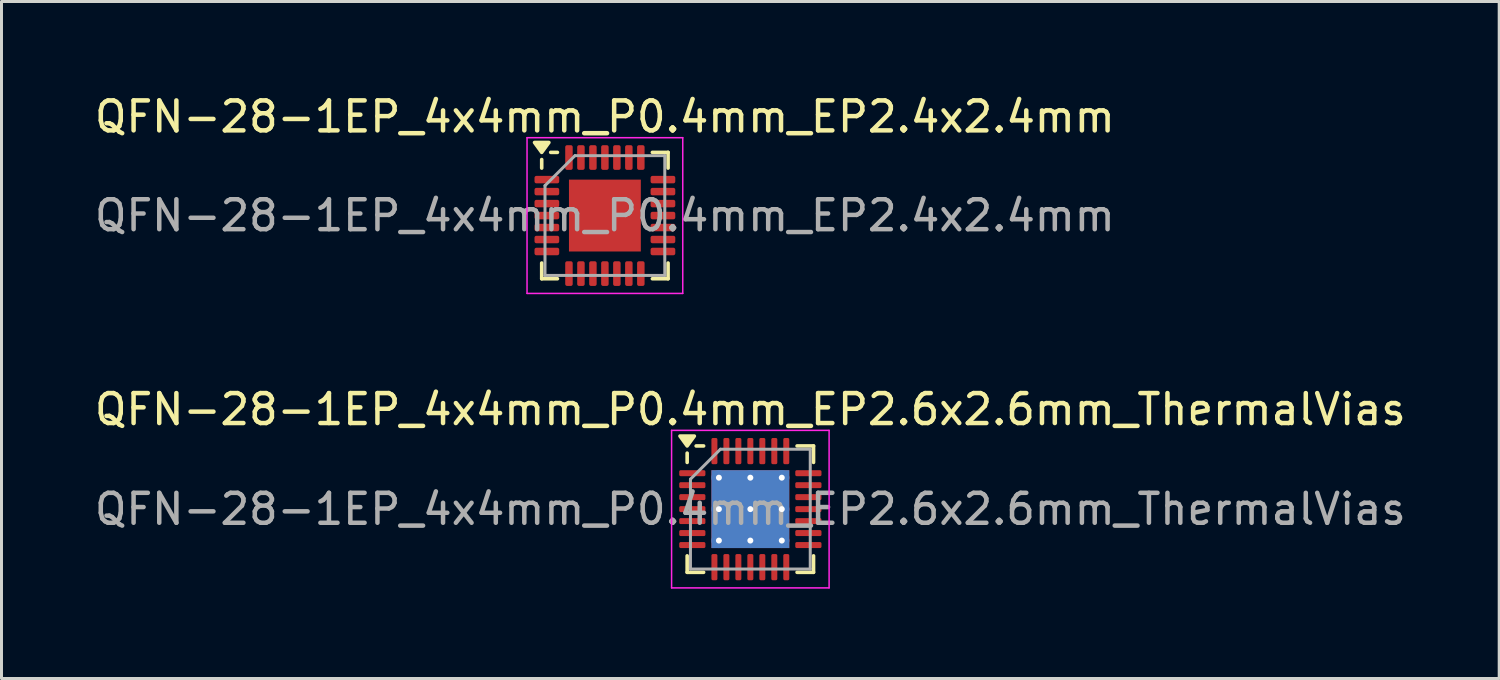
<source format=kicad_pcb>
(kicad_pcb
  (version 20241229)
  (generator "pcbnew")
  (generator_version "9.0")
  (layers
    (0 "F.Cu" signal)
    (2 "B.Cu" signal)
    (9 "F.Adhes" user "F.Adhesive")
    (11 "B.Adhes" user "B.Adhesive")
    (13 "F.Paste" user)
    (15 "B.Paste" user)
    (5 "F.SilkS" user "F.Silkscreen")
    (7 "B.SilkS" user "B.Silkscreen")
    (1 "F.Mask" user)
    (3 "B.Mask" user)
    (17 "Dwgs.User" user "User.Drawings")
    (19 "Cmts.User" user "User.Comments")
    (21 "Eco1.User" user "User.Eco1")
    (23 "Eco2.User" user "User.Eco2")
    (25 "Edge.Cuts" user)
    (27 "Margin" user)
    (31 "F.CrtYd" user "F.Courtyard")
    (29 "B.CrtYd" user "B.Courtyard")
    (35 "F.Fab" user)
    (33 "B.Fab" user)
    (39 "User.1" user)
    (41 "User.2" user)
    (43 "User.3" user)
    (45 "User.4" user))
  (footprint "QFN-28-1EP_4x4mm_P0.4mm_EP2.4x2.4mm"
    (layer "F.Cu")
    (at 17.149 4.148)
    (property "Reference" "QFN-28-1EP_4x4mm_P0.4mm_EP2.4x2.4mm" (at 0 -3.3 0) (layer "F.SilkS") (effects (font (size 1 1) (thickness 0.15))))
    (attr smd)
    (fp_line (start -2.11 -1.585) (end -2.11 -1.87) (stroke (width 0.12) (type solid)) (layer "F.SilkS"))
    (fp_line (start -2.11 2.11) (end -2.11 1.585) (stroke (width 0.12) (type solid)) (layer "F.SilkS"))
    (fp_line (start -1.585 -2.11) (end -1.81 -2.11) (stroke (width 0.12) (type solid)) (layer "F.SilkS"))
    (fp_line (start -1.585 2.11) (end -2.11 2.11) (stroke (width 0.12) (type solid)) (layer "F.SilkS"))
    (fp_line (start 1.585 -2.11) (end 2.11 -2.11) (stroke (width 0.12) (type solid)) (layer "F.SilkS"))
    (fp_line (start 1.585 2.11) (end 2.11 2.11) (stroke (width 0.12) (type solid)) (layer "F.SilkS"))
    (fp_line (start 2.11 -2.11) (end 2.11 -1.585) (stroke (width 0.12) (type solid)) (layer "F.SilkS"))
    (fp_line (start 2.11 2.11) (end 2.11 1.585) (stroke (width 0.12) (type solid)) (layer "F.SilkS"))
    (fp_poly (pts (xy -2.11 -2.11) (xy -2.35 -2.44) (xy -1.87 -2.44) (xy -2.11 -2.11)) (stroke (width 0.12) (type solid)) (fill yes) (layer "F.SilkS"))
    (fp_line (start -2.6 -2.6) (end -2.6 2.6) (stroke (width 0.05) (type solid)) (layer "F.CrtYd"))
    (fp_line (start -2.6 2.6) (end 2.6 2.6) (stroke (width 0.05) (type solid)) (layer "F.CrtYd"))
    (fp_line (start 2.6 -2.6) (end -2.6 -2.6) (stroke (width 0.05) (type solid)) (layer "F.CrtYd"))
    (fp_line (start 2.6 2.6) (end 2.6 -2.6) (stroke (width 0.05) (type solid)) (layer "F.CrtYd"))
    (fp_line (start -2 -1) (end -1 -2) (stroke (width 0.1) (type solid)) (layer "F.Fab"))
    (fp_line (start -2 2) (end -2 -1) (stroke (width 0.1) (type solid)) (layer "F.Fab"))
    (fp_line (start -1 -2) (end 2 -2) (stroke (width 0.1) (type solid)) (layer "F.Fab"))
    (fp_line (start 2 -2) (end 2 2) (stroke (width 0.1) (type solid)) (layer "F.Fab"))
    (fp_line (start 2 2) (end -2 2) (stroke (width 0.1) (type solid)) (layer "F.Fab"))
    (fp_text user "${REFERENCE}" (at 0 0 0) (layer "F.Fab") (effects (font (size 1 1) (thickness 0.15))))
    (pad "" smd roundrect (at -0.6 -0.6) (size 0.97 0.97) (layers "F.Paste") (roundrect_rratio 0.25))
    (pad "" smd roundrect (at -0.6 0.6) (size 0.97 0.97) (layers "F.Paste") (roundrect_rratio 0.25))
    (pad "" smd roundrect (at 0.6 -0.6) (size 0.97 0.97) (layers "F.Paste") (roundrect_rratio 0.25))
    (pad "" smd roundrect (at 0.6 0.6) (size 0.97 0.97) (layers "F.Paste") (roundrect_rratio 0.25))
    (pad "1" smd roundrect (at -1.938 -1.2) (size 0.825 0.25) (layers "F.Cu" "F.Mask" "F.Paste") (roundrect_rratio 0.25))
    (pad "2" smd roundrect (at -1.938 -0.8) (size 0.825 0.25) (layers "F.Cu" "F.Mask" "F.Paste") (roundrect_rratio 0.25))
    (pad "3" smd roundrect (at -1.938 -0.4) (size 0.825 0.25) (layers "F.Cu" "F.Mask" "F.Paste") (roundrect_rratio 0.25))
    (pad "4" smd roundrect (at -1.938 0) (size 0.825 0.25) (layers "F.Cu" "F.Mask" "F.Paste") (roundrect_rratio 0.25))
    (pad "5" smd roundrect (at -1.938 0.4) (size 0.825 0.25) (layers "F.Cu" "F.Mask" "F.Paste") (roundrect_rratio 0.25))
    (pad "6" smd roundrect (at -1.938 0.8) (size 0.825 0.25) (layers "F.Cu" "F.Mask" "F.Paste") (roundrect_rratio 0.25))
    (pad "7" smd roundrect (at -1.938 1.2) (size 0.825 0.25) (layers "F.Cu" "F.Mask" "F.Paste") (roundrect_rratio 0.25))
    (pad "8" smd roundrect (at -1.2 1.938) (size 0.25 0.825) (layers "F.Cu" "F.Mask" "F.Paste") (roundrect_rratio 0.25))
    (pad "9" smd roundrect (at -0.8 1.938) (size 0.25 0.825) (layers "F.Cu" "F.Mask" "F.Paste") (roundrect_rratio 0.25))
    (pad "10" smd roundrect (at -0.4 1.938) (size 0.25 0.825) (layers "F.Cu" "F.Mask" "F.Paste") (roundrect_rratio 0.25))
    (pad "11" smd roundrect (at 0 1.938) (size 0.25 0.825) (layers "F.Cu" "F.Mask" "F.Paste") (roundrect_rratio 0.25))
    (pad "12" smd roundrect (at 0.4 1.938) (size 0.25 0.825) (layers "F.Cu" "F.Mask" "F.Paste") (roundrect_rratio 0.25))
    (pad "13" smd roundrect (at 0.8 1.938) (size 0.25 0.825) (layers "F.Cu" "F.Mask" "F.Paste") (roundrect_rratio 0.25))
    (pad "14" smd roundrect (at 1.2 1.938) (size 0.25 0.825) (layers "F.Cu" "F.Mask" "F.Paste") (roundrect_rratio 0.25))
    (pad "15" smd roundrect (at 1.938 1.2) (size 0.825 0.25) (layers "F.Cu" "F.Mask" "F.Paste") (roundrect_rratio 0.25))
    (pad "16" smd roundrect (at 1.938 0.8) (size 0.825 0.25) (layers "F.Cu" "F.Mask" "F.Paste") (roundrect_rratio 0.25))
    (pad "17" smd roundrect (at 1.938 0.4) (size 0.825 0.25) (layers "F.Cu" "F.Mask" "F.Paste") (roundrect_rratio 0.25))
    (pad "18" smd roundrect (at 1.938 0) (size 0.825 0.25) (layers "F.Cu" "F.Mask" "F.Paste") (roundrect_rratio 0.25))
    (pad "19" smd roundrect (at 1.938 -0.4) (size 0.825 0.25) (layers "F.Cu" "F.Mask" "F.Paste") (roundrect_rratio 0.25))
    (pad "20" smd roundrect (at 1.938 -0.8) (size 0.825 0.25) (layers "F.Cu" "F.Mask" "F.Paste") (roundrect_rratio 0.25))
    (pad "21" smd roundrect (at 1.938 -1.2) (size 0.825 0.25) (layers "F.Cu" "F.Mask" "F.Paste") (roundrect_rratio 0.25))
    (pad "22" smd roundrect (at 1.2 -1.938) (size 0.25 0.825) (layers "F.Cu" "F.Mask" "F.Paste") (roundrect_rratio 0.25))
    (pad "23" smd roundrect (at 0.8 -1.938) (size 0.25 0.825) (layers "F.Cu" "F.Mask" "F.Paste") (roundrect_rratio 0.25))
    (pad "24" smd roundrect (at 0.4 -1.938) (size 0.25 0.825) (layers "F.Cu" "F.Mask" "F.Paste") (roundrect_rratio 0.25))
    (pad "25" smd roundrect (at 0 -1.938) (size 0.25 0.825) (layers "F.Cu" "F.Mask" "F.Paste") (roundrect_rratio 0.25))
    (pad "26" smd roundrect (at -0.4 -1.938) (size 0.25 0.825) (layers "F.Cu" "F.Mask" "F.Paste") (roundrect_rratio 0.25))
    (pad "27" smd roundrect (at -0.8 -1.938) (size 0.25 0.825) (layers "F.Cu" "F.Mask" "F.Paste") (roundrect_rratio 0.25))
    (pad "28" smd roundrect (at -1.2 -1.938) (size 0.25 0.825) (layers "F.Cu" "F.Mask" "F.Paste") (roundrect_rratio 0.25))
    (pad "29" smd rect (at 0 0) (size 2.4 2.4) (property pad_prop_heatsink) (layers "F.Cu" "F.Mask")))
  (footprint "QFN-28-1EP_4x4mm_P0.4mm_EP2.6x2.6mm_ThermalVias"
    (layer "F.Cu")
    (at 22.006 13.951)
    (property "Reference" "QFN-28-1EP_4x4mm_P0.4mm_EP2.6x2.6mm_ThermalVias" (at 0 -3.33 0) (layer "F.SilkS") (effects (font (size 1 1) (thickness 0.15))))
    (attr smd)
    (fp_line (start -2.11 -1.56) (end -2.11 -1.87) (stroke (width 0.12) (type solid)) (layer "F.SilkS"))
    (fp_line (start -2.11 2.11) (end -2.11 1.56) (stroke (width 0.12) (type solid)) (layer "F.SilkS"))
    (fp_line (start -1.56 -2.11) (end -1.81 -2.11) (stroke (width 0.12) (type solid)) (layer "F.SilkS"))
    (fp_line (start -1.56 2.11) (end -2.11 2.11) (stroke (width 0.12) (type solid)) (layer "F.SilkS"))
    (fp_line (start 1.56 -2.11) (end 2.11 -2.11) (stroke (width 0.12) (type solid)) (layer "F.SilkS"))
    (fp_line (start 1.56 2.11) (end 2.11 2.11) (stroke (width 0.12) (type solid)) (layer "F.SilkS"))
    (fp_line (start 2.11 -2.11) (end 2.11 -1.56) (stroke (width 0.12) (type solid)) (layer "F.SilkS"))
    (fp_line (start 2.11 2.11) (end 2.11 1.56) (stroke (width 0.12) (type solid)) (layer "F.SilkS"))
    (fp_poly (pts (xy -2.11 -2.11) (xy -2.35 -2.44) (xy -1.87 -2.44) (xy -2.11 -2.11)) (stroke (width 0.12) (type solid)) (fill yes) (layer "F.SilkS"))
    (fp_line (start -2.63 -2.63) (end -2.63 2.63) (stroke (width 0.05) (type solid)) (layer "F.CrtYd"))
    (fp_line (start -2.63 2.63) (end 2.63 2.63) (stroke (width 0.05) (type solid)) (layer "F.CrtYd"))
    (fp_line (start 2.63 -2.63) (end -2.63 -2.63) (stroke (width 0.05) (type solid)) (layer "F.CrtYd"))
    (fp_line (start 2.63 2.63) (end 2.63 -2.63) (stroke (width 0.05) (type solid)) (layer "F.CrtYd"))
    (fp_line (start -2 -1) (end -1 -2) (stroke (width 0.1) (type solid)) (layer "F.Fab"))
    (fp_line (start -2 2) (end -2 -1) (stroke (width 0.1) (type solid)) (layer "F.Fab"))
    (fp_line (start -1 -2) (end 2 -2) (stroke (width 0.1) (type solid)) (layer "F.Fab"))
    (fp_line (start 2 -2) (end 2 2) (stroke (width 0.1) (type solid)) (layer "F.Fab"))
    (fp_line (start 2 2) (end -2 2) (stroke (width 0.1) (type solid)) (layer "F.Fab"))
    (fp_text user "${REFERENCE}" (at 0 0 0) (layer "F.Fab") (effects (font (size 1 1) (thickness 0.15))))
    (pad "" smd roundrect (at -0.65 -0.65) (size 1.13 1.13) (layers "F.Paste") (roundrect_rratio 0.221))
    (pad "" smd roundrect (at -0.65 0.65) (size 1.13 1.13) (layers "F.Paste") (roundrect_rratio 0.221))
    (pad "" smd roundrect (at 0.65 -0.65) (size 1.13 1.13) (layers "F.Paste") (roundrect_rratio 0.221))
    (pad "" smd roundrect (at 0.65 0.65) (size 1.13 1.13) (layers "F.Paste") (roundrect_rratio 0.221))
    (pad "1" smd roundrect (at -1.938 -1.2) (size 0.875 0.2) (layers "F.Cu" "F.Mask" "F.Paste") (roundrect_rratio 0.25))
    (pad "2" smd roundrect (at -1.938 -0.8) (size 0.875 0.2) (layers "F.Cu" "F.Mask" "F.Paste") (roundrect_rratio 0.25))
    (pad "3" smd roundrect (at -1.938 -0.4) (size 0.875 0.2) (layers "F.Cu" "F.Mask" "F.Paste") (roundrect_rratio 0.25))
    (pad "4" smd roundrect (at -1.938 0) (size 0.875 0.2) (layers "F.Cu" "F.Mask" "F.Paste") (roundrect_rratio 0.25))
    (pad "5" smd roundrect (at -1.938 0.4) (size 0.875 0.2) (layers "F.Cu" "F.Mask" "F.Paste") (roundrect_rratio 0.25))
    (pad "6" smd roundrect (at -1.938 0.8) (size 0.875 0.2) (layers "F.Cu" "F.Mask" "F.Paste") (roundrect_rratio 0.25))
    (pad "7" smd roundrect (at -1.938 1.2) (size 0.875 0.2) (layers "F.Cu" "F.Mask" "F.Paste") (roundrect_rratio 0.25))
    (pad "8" smd roundrect (at -1.2 1.938) (size 0.2 0.875) (layers "F.Cu" "F.Mask" "F.Paste") (roundrect_rratio 0.25))
    (pad "9" smd roundrect (at -0.8 1.938) (size 0.2 0.875) (layers "F.Cu" "F.Mask" "F.Paste") (roundrect_rratio 0.25))
    (pad "10" smd roundrect (at -0.4 1.938) (size 0.2 0.875) (layers "F.Cu" "F.Mask" "F.Paste") (roundrect_rratio 0.25))
    (pad "11" smd roundrect (at 0 1.938) (size 0.2 0.875) (layers "F.Cu" "F.Mask" "F.Paste") (roundrect_rratio 0.25))
    (pad "12" smd roundrect (at 0.4 1.938) (size 0.2 0.875) (layers "F.Cu" "F.Mask" "F.Paste") (roundrect_rratio 0.25))
    (pad "13" smd roundrect (at 0.8 1.938) (size 0.2 0.875) (layers "F.Cu" "F.Mask" "F.Paste") (roundrect_rratio 0.25))
    (pad "14" smd roundrect (at 1.2 1.938) (size 0.2 0.875) (layers "F.Cu" "F.Mask" "F.Paste") (roundrect_rratio 0.25))
    (pad "15" smd roundrect (at 1.938 1.2) (size 0.875 0.2) (layers "F.Cu" "F.Mask" "F.Paste") (roundrect_rratio 0.25))
    (pad "16" smd roundrect (at 1.938 0.8) (size 0.875 0.2) (layers "F.Cu" "F.Mask" "F.Paste") (roundrect_rratio 0.25))
    (pad "17" smd roundrect (at 1.938 0.4) (size 0.875 0.2) (layers "F.Cu" "F.Mask" "F.Paste") (roundrect_rratio 0.25))
    (pad "18" smd roundrect (at 1.938 0) (size 0.875 0.2) (layers "F.Cu" "F.Mask" "F.Paste") (roundrect_rratio 0.25))
    (pad "19" smd roundrect (at 1.938 -0.4) (size 0.875 0.2) (layers "F.Cu" "F.Mask" "F.Paste") (roundrect_rratio 0.25))
    (pad "20" smd roundrect (at 1.938 -0.8) (size 0.875 0.2) (layers "F.Cu" "F.Mask" "F.Paste") (roundrect_rratio 0.25))
    (pad "21" smd roundrect (at 1.938 -1.2) (size 0.875 0.2) (layers "F.Cu" "F.Mask" "F.Paste") (roundrect_rratio 0.25))
    (pad "22" smd roundrect (at 1.2 -1.938) (size 0.2 0.875) (layers "F.Cu" "F.Mask" "F.Paste") (roundrect_rratio 0.25))
    (pad "23" smd roundrect (at 0.8 -1.938) (size 0.2 0.875) (layers "F.Cu" "F.Mask" "F.Paste") (roundrect_rratio 0.25))
    (pad "24" smd roundrect (at 0.4 -1.938) (size 0.2 0.875) (layers "F.Cu" "F.Mask" "F.Paste") (roundrect_rratio 0.25))
    (pad "25" smd roundrect (at 0 -1.938) (size 0.2 0.875) (layers "F.Cu" "F.Mask" "F.Paste") (roundrect_rratio 0.25))
    (pad "26" smd roundrect (at -0.4 -1.938) (size 0.2 0.875) (layers "F.Cu" "F.Mask" "F.Paste") (roundrect_rratio 0.25))
    (pad "27" smd roundrect (at -0.8 -1.938) (size 0.2 0.875) (layers "F.Cu" "F.Mask" "F.Paste") (roundrect_rratio 0.25))
    (pad "28" smd roundrect (at -1.2 -1.938) (size 0.2 0.875) (layers "F.Cu" "F.Mask" "F.Paste") (roundrect_rratio 0.25))
    (pad "29" thru_hole circle (at -1.05 -1.05) (size 0.5 0.5) (drill 0.2) (property pad_prop_heatsink) (layers "*.Cu"))
    (pad "29" thru_hole circle (at -1.05 0) (size 0.5 0.5) (drill 0.2) (property pad_prop_heatsink) (layers "*.Cu"))
    (pad "29" thru_hole circle (at -1.05 1.05) (size 0.5 0.5) (drill 0.2) (property pad_prop_heatsink) (layers "*.Cu"))
    (pad "29" thru_hole circle (at 0 -1.05) (size 0.5 0.5) (drill 0.2) (property pad_prop_heatsink) (layers "*.Cu"))
    (pad "29" thru_hole circle (at 0 0) (size 0.5 0.5) (drill 0.2) (property pad_prop_heatsink) (layers "*.Cu"))
    (pad "29" smd rect (at 0 0) (size 2.6 2.6) (property pad_prop_heatsink) (layers "F.Cu" "F.Mask"))
    (pad "29" smd rect (at 0 0) (size 2.6 2.6) (property pad_prop_heatsink) (layers "B.Cu"))
    (pad "29" thru_hole circle (at 0 1.05) (size 0.5 0.5) (drill 0.2) (property pad_prop_heatsink) (layers "*.Cu"))
    (pad "29" thru_hole circle (at 1.05 -1.05) (size 0.5 0.5) (drill 0.2) (property pad_prop_heatsink) (layers "*.Cu"))
    (pad "29" thru_hole circle (at 1.05 0) (size 0.5 0.5) (drill 0.2) (property pad_prop_heatsink) (layers "*.Cu"))
    (pad "29" thru_hole circle (at 1.05 1.05) (size 0.5 0.5) (drill 0.2) (property pad_prop_heatsink) (layers "*.Cu")))
  (gr_rect
    (start -3 -3)
    (end 47.012 19.607)
    (stroke (width 0.1) (type default))
    (fill no)
    (layer "Edge.Cuts")))
</source>
